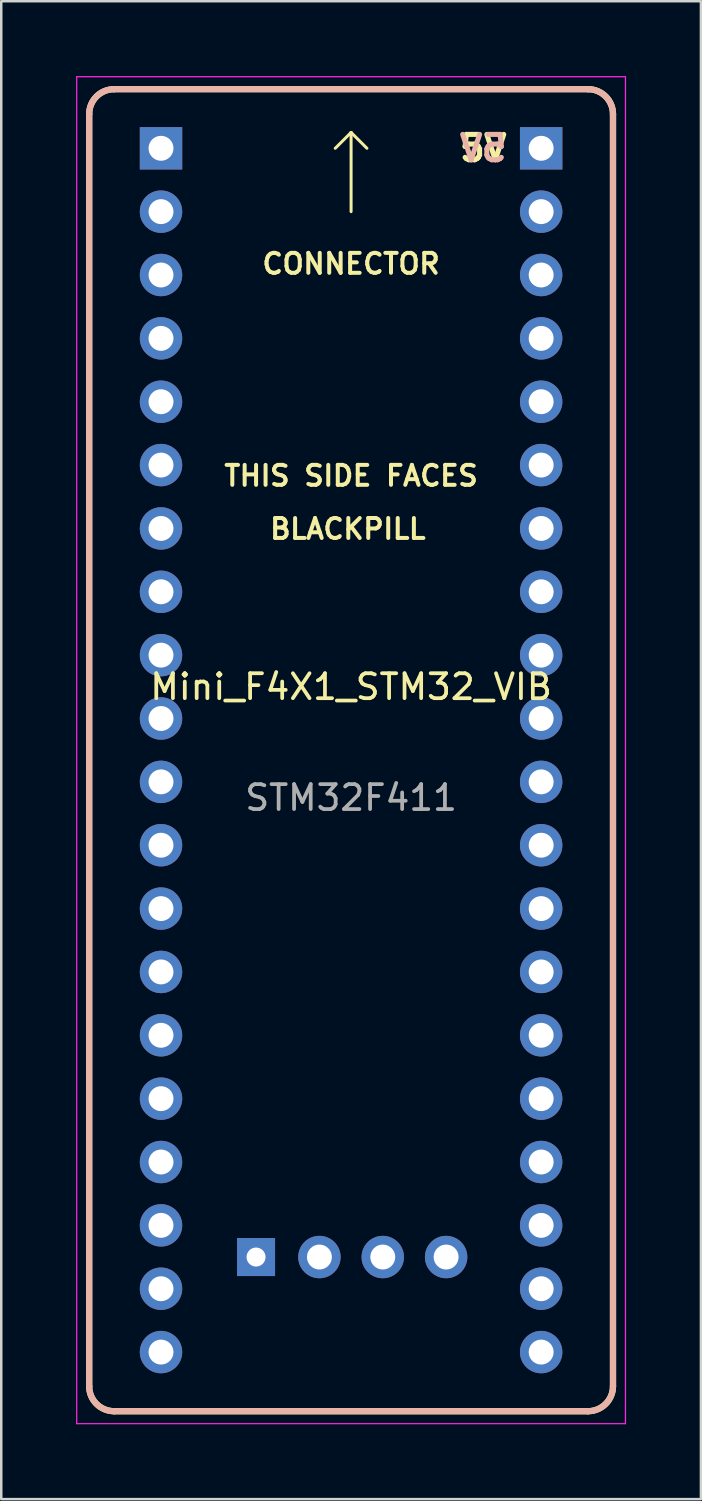
<source format=kicad_pcb>
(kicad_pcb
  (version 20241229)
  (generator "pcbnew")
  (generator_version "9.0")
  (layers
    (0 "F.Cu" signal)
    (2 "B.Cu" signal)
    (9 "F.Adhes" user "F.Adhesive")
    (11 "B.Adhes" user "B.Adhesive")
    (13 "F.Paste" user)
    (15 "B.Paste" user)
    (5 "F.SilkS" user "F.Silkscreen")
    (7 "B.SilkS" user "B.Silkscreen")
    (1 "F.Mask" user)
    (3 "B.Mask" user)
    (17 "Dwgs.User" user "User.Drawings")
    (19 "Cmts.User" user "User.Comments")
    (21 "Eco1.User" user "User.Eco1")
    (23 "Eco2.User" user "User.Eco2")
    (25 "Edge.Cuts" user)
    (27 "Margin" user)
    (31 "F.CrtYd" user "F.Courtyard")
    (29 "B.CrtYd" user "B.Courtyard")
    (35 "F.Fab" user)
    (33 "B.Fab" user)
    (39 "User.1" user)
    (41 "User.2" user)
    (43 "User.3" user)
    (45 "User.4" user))
  (footprint "Mini_F4X1_STM32_VIB"
    (layer "F.Cu")
    (at 11.025 27.025)
    (property "Reference" "Mini_F4X1_STM32_VIB" (at 0 -2.54 0) (unlocked yes) (layer "F.SilkS") (effects (font (size 1 1) (thickness 0.15))))
    (fp_line (start -10.5 25.5) (end -10.5 -25.5) (stroke (width 0.25) (type solid)) (layer "F.SilkS"))
    (fp_line (start -9.5 -26.5) (end 9.5 -26.5) (stroke (width 0.25) (type solid)) (layer "F.SilkS"))
    (fp_line (start 0 -24.765) (end -0.635 -24.13) (stroke (width 0.12) (type solid)) (layer "F.SilkS"))
    (fp_line (start 0 -24.765) (end 0.635 -24.13) (stroke (width 0.12) (type solid)) (layer "F.SilkS"))
    (fp_line (start 0 -21.59) (end 0 -24.765) (stroke (width 0.12) (type solid)) (layer "F.SilkS"))
    (fp_line (start 9.5 26.5) (end -9.5 26.5) (stroke (width 0.25) (type solid)) (layer "F.SilkS"))
    (fp_line (start 10.5 -25.5) (end 10.5 25.5) (stroke (width 0.25) (type solid)) (layer "F.SilkS"))
    (fp_arc (start -10.500003 -25.500003) (mid -10.207108 -26.207109) (end -9.5 -26.5) (stroke (width 0.25) (type solid)) (layer "F.SilkS"))
    (fp_arc (start -9.500003 26.499997) (mid -10.207109 26.207102) (end -10.5 25.499994) (stroke (width 0.25) (type solid)) (layer "F.SilkS"))
    (fp_arc (start 9.500003 -26.5) (mid 10.207109 -26.207105) (end 10.5 -25.499997) (stroke (width 0.25) (type solid)) (layer "F.SilkS"))
    (fp_arc (start 10.500003 25.500003) (mid 10.207108 26.20711) (end 9.5 26.5) (stroke (width 0.25) (type solid)) (layer "F.SilkS"))
    (fp_line (start -10.5 25.5) (end -10.5 -25.5) (stroke (width 0.25) (type solid)) (layer "B.SilkS"))
    (fp_line (start -9.5 -26.5) (end 9.5 -26.5) (stroke (width 0.25) (type solid)) (layer "B.SilkS"))
    (fp_line (start 9.5 26.5) (end -9.5 26.5) (stroke (width 0.25) (type solid)) (layer "B.SilkS"))
    (fp_line (start 10.5 -25.5) (end 10.5 25.5) (stroke (width 0.25) (type solid)) (layer "B.SilkS"))
    (fp_arc (start -10.500003 -25.500003) (mid -10.207108 -26.207109) (end -9.5 -26.5) (stroke (width 0.25) (type solid)) (layer "B.SilkS"))
    (fp_arc (start -9.500003 26.499997) (mid -10.207109 26.207102) (end -10.5 25.499994) (stroke (width 0.25) (type solid)) (layer "B.SilkS"))
    (fp_arc (start 9.500003 -26.5) (mid 10.207109 -26.207105) (end 10.5 -25.499997) (stroke (width 0.25) (type solid)) (layer "B.SilkS"))
    (fp_arc (start 10.500003 25.500003) (mid 10.207108 26.20711) (end 9.5 26.5) (stroke (width 0.25) (type solid)) (layer "B.SilkS"))
    (fp_line (start -11 -27) (end 11 -27) (stroke (width 0.05) (type default)) (layer "F.CrtYd"))
    (fp_line (start -11 27) (end -11 -27) (stroke (width 0.05) (type default)) (layer "F.CrtYd"))
    (fp_line (start 11 -27) (end 11 27) (stroke (width 0.05) (type default)) (layer "F.CrtYd"))
    (fp_line (start 11 27) (end -11 27) (stroke (width 0.05) (type default)) (layer "F.CrtYd"))
    (fp_text user "5V" (at 6.35 -24.13 0) (unlocked yes) (layer "F.SilkS") (effects (font (size 1.016 1.016) (thickness 0.203)) (justify right)))
    (fp_text user "CONNECTOR" (at 0 -19.5 0) (unlocked yes) (layer "F.SilkS") (effects (font (size 0.8 0.8) (thickness 0.16))))
    (fp_text user "THIS SIDE FACES" (at 0 -11 0) (unlocked yes) (layer "F.SilkS") (effects (font (size 0.8 0.8) (thickness 0.16))))
    (fp_text user "BLACKPILL" (at -0.13 -8.87 0) (unlocked yes) (layer "F.SilkS") (effects (font (size 0.8 0.8) (thickness 0.16))))
    (fp_text user "5V" (at 6.35 -24.13 0) (unlocked yes) (layer "B.SilkS") (effects (font (size 1.016 1.016) (thickness 0.203)) (justify left mirror)))
    (fp_text user "STM32F411" (at 0 1.905 0) (unlocked yes) (layer "F.Fab") (effects (font (size 1 1) (thickness 0.15))))
    (pad "1" thru_hole rect (at -7.62 -24.13) (size 1.7 1.7) (drill 1) (layers "*.Cu" "*.Mask"))
    (pad "2" thru_hole circle (at -7.62 -21.59) (size 1.7 1.7) (drill 1) (layers "*.Cu" "*.Mask"))
    (pad "3" thru_hole circle (at -7.62 -19.05) (size 1.7 1.7) (drill 1) (layers "*.Cu" "*.Mask"))
    (pad "4" thru_hole circle (at -7.62 -16.51) (size 1.7 1.7) (drill 1) (layers "*.Cu" "*.Mask"))
    (pad "5" thru_hole circle (at -7.62 -13.97) (size 1.7 1.7) (drill 1) (layers "*.Cu" "*.Mask"))
    (pad "6" thru_hole circle (at -7.62 -11.43) (size 1.7 1.7) (drill 1) (layers "*.Cu" "*.Mask"))
    (pad "7" thru_hole circle (at -7.62 -8.89) (size 1.7 1.7) (drill 1) (layers "*.Cu" "*.Mask"))
    (pad "8" thru_hole circle (at -7.62 -6.35) (size 1.7 1.7) (drill 1) (layers "*.Cu" "*.Mask"))
    (pad "9" thru_hole circle (at -7.62 -3.81) (size 1.7 1.7) (drill 1) (layers "*.Cu" "*.Mask"))
    (pad "10" thru_hole circle (at -7.62 -1.27) (size 1.7 1.7) (drill 1) (layers "*.Cu" "*.Mask"))
    (pad "11" thru_hole circle (at -7.62 1.27) (size 1.7 1.7) (drill 1) (layers "*.Cu" "*.Mask"))
    (pad "12" thru_hole circle (at -7.62 3.81) (size 1.7 1.7) (drill 1) (layers "*.Cu" "*.Mask"))
    (pad "13" thru_hole circle (at -7.62 6.35) (size 1.7 1.7) (drill 1) (layers "*.Cu" "*.Mask"))
    (pad "14" thru_hole circle (at -7.62 8.89) (size 1.7 1.7) (drill 1) (layers "*.Cu" "*.Mask"))
    (pad "15" thru_hole circle (at -7.62 11.43) (size 1.7 1.7) (drill 1) (layers "*.Cu" "*.Mask"))
    (pad "16" thru_hole circle (at -7.62 13.97) (size 1.7 1.7) (drill 1) (layers "*.Cu" "*.Mask"))
    (pad "17" thru_hole circle (at -7.62 16.51) (size 1.7 1.7) (drill 1) (layers "*.Cu" "*.Mask"))
    (pad "18" thru_hole circle (at -7.62 19.05) (size 1.7 1.7) (drill 1) (layers "*.Cu" "*.Mask"))
    (pad "19" thru_hole circle (at -7.62 21.59) (size 1.7 1.7) (drill 1) (layers "*.Cu" "*.Mask"))
    (pad "20" thru_hole circle (at -7.62 24.13) (size 1.7 1.7) (drill 1) (layers "*.Cu" "*.Mask"))
    (pad "21" thru_hole circle (at 7.62 24.13) (size 1.7 1.7) (drill 1) (layers "*.Cu" "*.Mask"))
    (pad "22" thru_hole circle (at 7.62 21.59) (size 1.7 1.7) (drill 1) (layers "*.Cu" "*.Mask"))
    (pad "23" thru_hole circle (at 7.62 19.05) (size 1.7 1.7) (drill 1) (layers "*.Cu" "*.Mask"))
    (pad "24" thru_hole circle (at 7.62 16.51) (size 1.7 1.7) (drill 1) (layers "*.Cu" "*.Mask"))
    (pad "25" thru_hole circle (at 7.62 13.97) (size 1.7 1.7) (drill 1) (layers "*.Cu" "*.Mask"))
    (pad "26" thru_hole circle (at 7.62 11.43) (size 1.7 1.7) (drill 1) (layers "*.Cu" "*.Mask"))
    (pad "27" thru_hole circle (at 7.62 8.89) (size 1.7 1.7) (drill 1) (layers "*.Cu" "*.Mask"))
    (pad "28" thru_hole circle (at 7.62 6.35) (size 1.7 1.7) (drill 1) (layers "*.Cu" "*.Mask"))
    (pad "29" thru_hole circle (at 7.62 3.81) (size 1.7 1.7) (drill 1) (layers "*.Cu" "*.Mask"))
    (pad "30" thru_hole circle (at 7.62 1.27) (size 1.7 1.7) (drill 1) (layers "*.Cu" "*.Mask"))
    (pad "31" thru_hole circle (at 7.62 -1.27) (size 1.7 1.7) (drill 1) (layers "*.Cu" "*.Mask"))
    (pad "32" thru_hole circle (at 7.62 -3.81) (size 1.7 1.7) (drill 1) (layers "*.Cu" "*.Mask"))
    (pad "33" thru_hole circle (at 7.62 -6.35) (size 1.7 1.7) (drill 1) (layers "*.Cu" "*.Mask"))
    (pad "34" thru_hole circle (at 7.62 -8.89) (size 1.7 1.7) (drill 1) (layers "*.Cu" "*.Mask"))
    (pad "35" thru_hole circle (at 7.62 -11.43) (size 1.7 1.7) (drill 1) (layers "*.Cu" "*.Mask"))
    (pad "36" thru_hole circle (at 7.62 -13.97) (size 1.7 1.7) (drill 1) (layers "*.Cu" "*.Mask"))
    (pad "37" thru_hole circle (at 7.62 -16.51) (size 1.7 1.7) (drill 1) (layers "*.Cu" "*.Mask"))
    (pad "38" thru_hole circle (at 7.62 -19.05) (size 1.7 1.7) (drill 1) (layers "*.Cu" "*.Mask"))
    (pad "39" thru_hole circle (at 7.62 -21.59) (size 1.7 1.7) (drill 1) (layers "*.Cu" "*.Mask"))
    (pad "40" thru_hole rect (at 7.62 -24.13) (size 1.7 1.7) (drill 1) (layers "*.Cu" "*.Mask"))
    (pad "41" thru_hole rect (at -3.81 20.32) (size 1.524 1.524) (drill 0.762) (layers "*.Cu" "*.Mask"))
    (pad "42" thru_hole circle (at -1.27 20.32) (size 1.7 1.7) (drill 1) (layers "*.Cu" "*.Mask"))
    (pad "43" thru_hole circle (at 1.27 20.32) (size 1.7 1.7) (drill 1) (layers "*.Cu" "*.Mask"))
    (pad "44" thru_hole circle (at 3.81 20.32) (size 1.7 1.7) (drill 1) (layers "*.Cu" "*.Mask")))
  (gr_rect
    (start -3 -3)
    (end 25.05 57.05)
    (stroke (width 0.1) (type default))
    (fill no)
    (layer "Edge.Cuts")))
</source>
